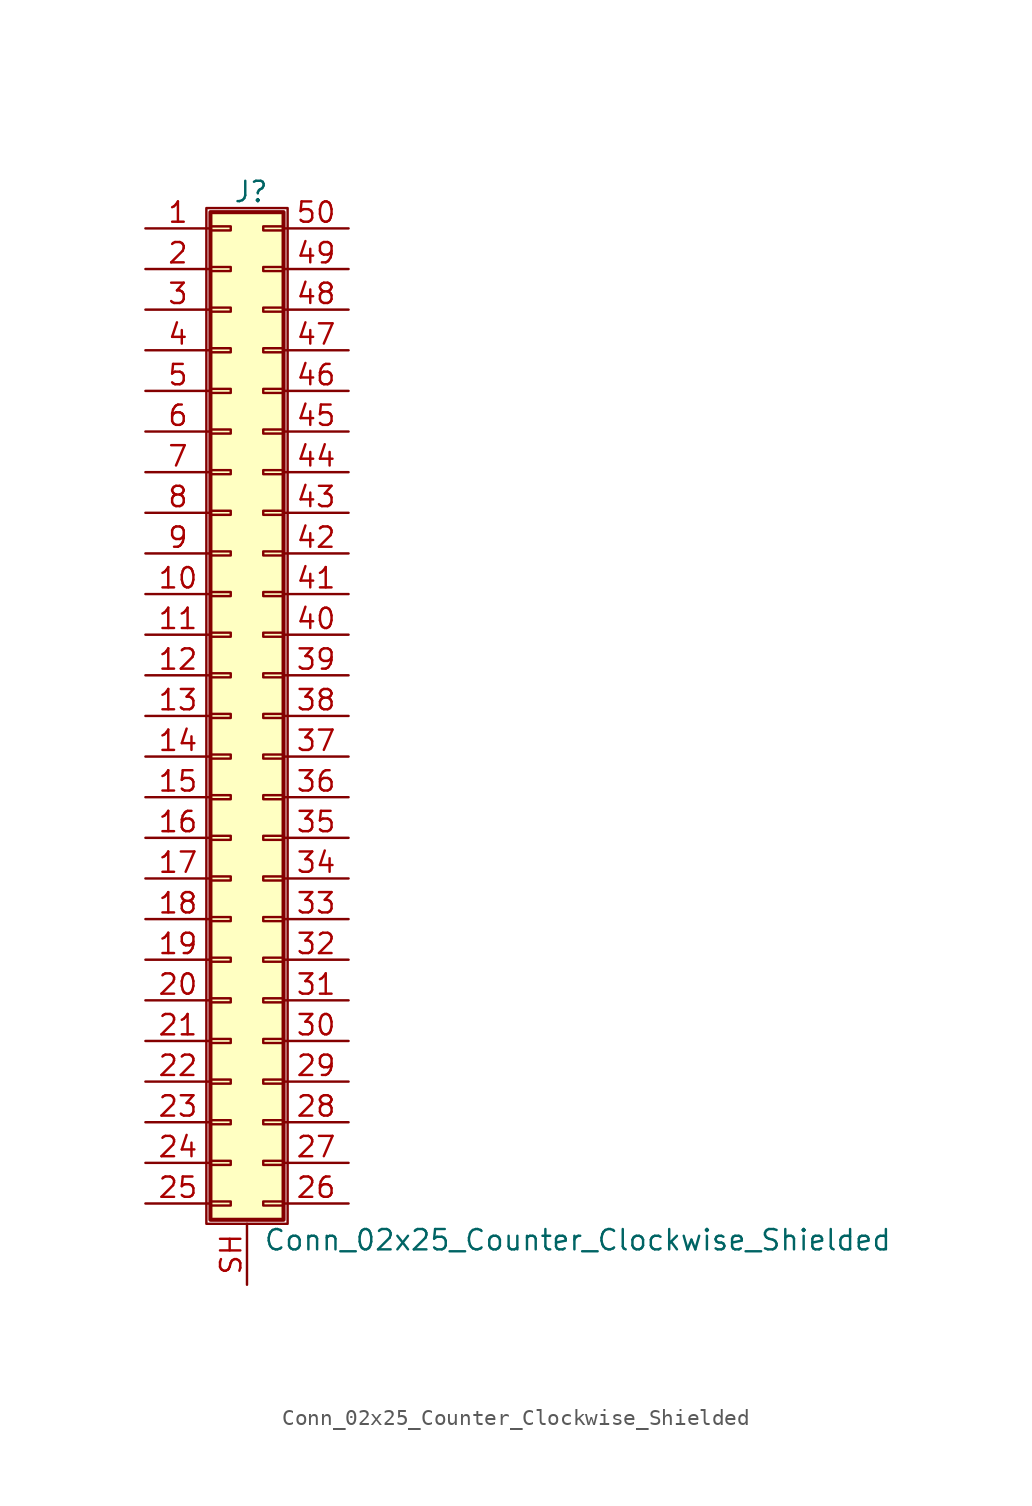
<source format=kicad_sym>
(kicad_symbol_lib
  (version 20201005)
  (generator kicad_symbol_editor)
  (symbol "Conn_02x25_Counter_Clockwise_Shielded"
    (pin_names
      (offset 1.016) hide)
    (property "Reference" "J"
      (at 1.524 32.766 0)
      (effects (font (size 1.27 1.27))))
    (property "Value" "Conn_02x25_Counter_Clockwise_Shielded"
      (at 2.286 -32.766 0)
      (effects (font (size 1.27 1.27)) (justify left)))
    (symbol "Conn_02x25_Counter_Clockwise_Shielded_1_1"
      (rectangle (start -1.27 31.75) (end 3.81 -31.75) (stroke (width 0.152)) (fill (type none)))
      (rectangle (start -1.016 -30.353) (end 0.254 -30.607) (stroke (width 0.152)) (fill (type none)))
      (rectangle (start -1.016 -27.813) (end 0.254 -28.067) (stroke (width 0.152)) (fill (type none)))
      (rectangle (start -1.016 -25.273) (end 0.254 -25.527) (stroke (width 0.152)) (fill (type none)))
      (rectangle (start -1.016 -22.733) (end 0.254 -22.987) (stroke (width 0.152)) (fill (type none)))
      (rectangle (start -1.016 -20.193) (end 0.254 -20.447) (stroke (width 0.152)) (fill (type none)))
      (rectangle (start -1.016 -17.653) (end 0.254 -17.907) (stroke (width 0.152)) (fill (type none)))
      (rectangle (start -1.016 -15.113) (end 0.254 -15.367) (stroke (width 0.152)) (fill (type none)))
      (rectangle (start -1.016 -12.573) (end 0.254 -12.827) (stroke (width 0.152)) (fill (type none)))
      (rectangle (start -1.016 -10.033) (end 0.254 -10.287) (stroke (width 0.152)) (fill (type none)))
      (rectangle (start -1.016 -7.493) (end 0.254 -7.747) (stroke (width 0.152)) (fill (type none)))
      (rectangle (start -1.016 -4.953) (end 0.254 -5.207) (stroke (width 0.152)) (fill (type none)))
      (rectangle (start -1.016 -2.413) (end 0.254 -2.667) (stroke (width 0.152)) (fill (type none)))
      (rectangle (start -1.016 0.127) (end 0.254 -0.127) (stroke (width 0.152)) (fill (type none)))
      (rectangle (start -1.016 2.667) (end 0.254 2.413) (stroke (width 0.152)) (fill (type none)))
      (rectangle (start -1.016 5.207) (end 0.254 4.953) (stroke (width 0.152)) (fill (type none)))
      (rectangle (start -1.016 7.747) (end 0.254 7.493) (stroke (width 0.152)) (fill (type none)))
      (rectangle (start -1.016 10.287) (end 0.254 10.033) (stroke (width 0.152)) (fill (type none)))
      (rectangle (start -1.016 12.827) (end 0.254 12.573) (stroke (width 0.152)) (fill (type none)))
      (rectangle (start -1.016 15.367) (end 0.254 15.113) (stroke (width 0.152)) (fill (type none)))
      (rectangle (start -1.016 17.907) (end 0.254 17.653) (stroke (width 0.152)) (fill (type none)))
      (rectangle (start -1.016 20.447) (end 0.254 20.193) (stroke (width 0.152)) (fill (type none)))
      (rectangle (start -1.016 22.987) (end 0.254 22.733) (stroke (width 0.152)) (fill (type none)))
      (rectangle (start -1.016 25.527) (end 0.254 25.273) (stroke (width 0.152)) (fill (type none)))
      (rectangle (start -1.016 28.067) (end 0.254 27.813) (stroke (width 0.152)) (fill (type none)))
      (rectangle (start -1.016 30.607) (end 0.254 30.353) (stroke (width 0.152)) (fill (type none)))
      (rectangle (start 3.556 -30.353) (end 2.286 -30.607) (stroke (width 0.152)) (fill (type none)))
      (rectangle (start 3.556 -27.813) (end 2.286 -28.067) (stroke (width 0.152)) (fill (type none)))
      (rectangle (start 3.556 -25.273) (end 2.286 -25.527) (stroke (width 0.152)) (fill (type none)))
      (rectangle (start 3.556 -22.733) (end 2.286 -22.987) (stroke (width 0.152)) (fill (type none)))
      (rectangle (start 3.556 -20.193) (end 2.286 -20.447) (stroke (width 0.152)) (fill (type none)))
      (rectangle (start 3.556 -17.653) (end 2.286 -17.907) (stroke (width 0.152)) (fill (type none)))
      (rectangle (start 3.556 -15.113) (end 2.286 -15.367) (stroke (width 0.152)) (fill (type none)))
      (rectangle (start 3.556 -12.573) (end 2.286 -12.827) (stroke (width 0.152)) (fill (type none)))
      (rectangle (start 3.556 -10.033) (end 2.286 -10.287) (stroke (width 0.152)) (fill (type none)))
      (rectangle (start 3.556 -7.493) (end 2.286 -7.747) (stroke (width 0.152)) (fill (type none)))
      (rectangle (start 3.556 -4.953) (end 2.286 -5.207) (stroke (width 0.152)) (fill (type none)))
      (rectangle (start 3.556 -2.413) (end 2.286 -2.667) (stroke (width 0.152)) (fill (type none)))
      (rectangle (start 3.556 0.127) (end 2.286 -0.127) (stroke (width 0.152)) (fill (type none)))
      (rectangle (start 3.556 2.667) (end 2.286 2.413) (stroke (width 0.152)) (fill (type none)))
      (rectangle (start 3.556 5.207) (end 2.286 4.953) (stroke (width 0.152)) (fill (type none)))
      (rectangle (start 3.556 7.747) (end 2.286 7.493) (stroke (width 0.152)) (fill (type none)))
      (rectangle (start 3.556 10.287) (end 2.286 10.033) (stroke (width 0.152)) (fill (type none)))
      (rectangle (start 3.556 12.827) (end 2.286 12.573) (stroke (width 0.152)) (fill (type none)))
      (rectangle (start 3.556 15.367) (end 2.286 15.113) (stroke (width 0.152)) (fill (type none)))
      (rectangle (start 3.556 17.907) (end 2.286 17.653) (stroke (width 0.152)) (fill (type none)))
      (rectangle (start 3.556 20.447) (end 2.286 20.193) (stroke (width 0.152)) (fill (type none)))
      (rectangle (start 3.556 22.987) (end 2.286 22.733) (stroke (width 0.152)) (fill (type none)))
      (rectangle (start 3.556 25.527) (end 2.286 25.273) (stroke (width 0.152)) (fill (type none)))
      (rectangle (start 3.556 28.067) (end 2.286 27.813) (stroke (width 0.152)) (fill (type none)))
      (rectangle (start 3.556 30.607) (end 2.286 30.353) (stroke (width 0.152)) (fill (type none)))
      (rectangle (start -1.016 31.496) (end 3.556 -31.496) (stroke (width 0.254)) (fill (type background)))
      (pin passive line (at -5.08 30.48 0) (length 4.064) (name "Pin_1" (effects (font (size 1.27 1.27)))) (number "1" (effects (font (size 1.27 1.27)))))
      (pin passive line (at -5.08 7.62 0) (length 4.064) (name "Pin_10" (effects (font (size 1.27 1.27)))) (number "10" (effects (font (size 1.27 1.27)))))
      (pin passive line (at -5.08 5.08 0) (length 4.064) (name "Pin_11" (effects (font (size 1.27 1.27)))) (number "11" (effects (font (size 1.27 1.27)))))
      (pin passive line (at -5.08 2.54 0) (length 4.064) (name "Pin_12" (effects (font (size 1.27 1.27)))) (number "12" (effects (font (size 1.27 1.27)))))
      (pin passive line (at -5.08 0 0) (length 4.064) (name "Pin_13" (effects (font (size 1.27 1.27)))) (number "13" (effects (font (size 1.27 1.27)))))
      (pin passive line (at -5.08 -2.54 0) (length 4.064) (name "Pin_14" (effects (font (size 1.27 1.27)))) (number "14" (effects (font (size 1.27 1.27)))))
      (pin passive line (at -5.08 -5.08 0) (length 4.064) (name "Pin_15" (effects (font (size 1.27 1.27)))) (number "15" (effects (font (size 1.27 1.27)))))
      (pin passive line (at -5.08 -7.62 0) (length 4.064) (name "Pin_16" (effects (font (size 1.27 1.27)))) (number "16" (effects (font (size 1.27 1.27)))))
      (pin passive line (at -5.08 -10.16 0) (length 4.064) (name "Pin_17" (effects (font (size 1.27 1.27)))) (number "17" (effects (font (size 1.27 1.27)))))
      (pin passive line (at -5.08 -12.7 0) (length 4.064) (name "Pin_18" (effects (font (size 1.27 1.27)))) (number "18" (effects (font (size 1.27 1.27)))))
      (pin passive line (at -5.08 -15.24 0) (length 4.064) (name "Pin_19" (effects (font (size 1.27 1.27)))) (number "19" (effects (font (size 1.27 1.27)))))
      (pin passive line (at -5.08 27.94 0) (length 4.064) (name "Pin_2" (effects (font (size 1.27 1.27)))) (number "2" (effects (font (size 1.27 1.27)))))
      (pin passive line (at -5.08 -17.78 0) (length 4.064) (name "Pin_20" (effects (font (size 1.27 1.27)))) (number "20" (effects (font (size 1.27 1.27)))))
      (pin passive line (at -5.08 -20.32 0) (length 4.064) (name "Pin_21" (effects (font (size 1.27 1.27)))) (number "21" (effects (font (size 1.27 1.27)))))
      (pin passive line (at -5.08 -22.86 0) (length 4.064) (name "Pin_22" (effects (font (size 1.27 1.27)))) (number "22" (effects (font (size 1.27 1.27)))))
      (pin passive line (at -5.08 -25.4 0) (length 4.064) (name "Pin_23" (effects (font (size 1.27 1.27)))) (number "23" (effects (font (size 1.27 1.27)))))
      (pin passive line (at -5.08 -27.94 0) (length 4.064) (name "Pin_24" (effects (font (size 1.27 1.27)))) (number "24" (effects (font (size 1.27 1.27)))))
      (pin passive line (at -5.08 -30.48 0) (length 4.064) (name "Pin_25" (effects (font (size 1.27 1.27)))) (number "25" (effects (font (size 1.27 1.27)))))
      (pin passive line (at 7.62 -30.48 180) (length 4.064) (name "Pin_26" (effects (font (size 1.27 1.27)))) (number "26" (effects (font (size 1.27 1.27)))))
      (pin passive line (at 7.62 -27.94 180) (length 4.064) (name "Pin_27" (effects (font (size 1.27 1.27)))) (number "27" (effects (font (size 1.27 1.27)))))
      (pin passive line (at 7.62 -25.4 180) (length 4.064) (name "Pin_28" (effects (font (size 1.27 1.27)))) (number "28" (effects (font (size 1.27 1.27)))))
      (pin passive line (at 7.62 -22.86 180) (length 4.064) (name "Pin_29" (effects (font (size 1.27 1.27)))) (number "29" (effects (font (size 1.27 1.27)))))
      (pin passive line (at -5.08 25.4 0) (length 4.064) (name "Pin_3" (effects (font (size 1.27 1.27)))) (number "3" (effects (font (size 1.27 1.27)))))
      (pin passive line (at 7.62 -20.32 180) (length 4.064) (name "Pin_30" (effects (font (size 1.27 1.27)))) (number "30" (effects (font (size 1.27 1.27)))))
      (pin passive line (at 7.62 -17.78 180) (length 4.064) (name "Pin_31" (effects (font (size 1.27 1.27)))) (number "31" (effects (font (size 1.27 1.27)))))
      (pin passive line (at 7.62 -15.24 180) (length 4.064) (name "Pin_32" (effects (font (size 1.27 1.27)))) (number "32" (effects (font (size 1.27 1.27)))))
      (pin passive line (at 7.62 -12.7 180) (length 4.064) (name "Pin_33" (effects (font (size 1.27 1.27)))) (number "33" (effects (font (size 1.27 1.27)))))
      (pin passive line (at 7.62 -10.16 180) (length 4.064) (name "Pin_34" (effects (font (size 1.27 1.27)))) (number "34" (effects (font (size 1.27 1.27)))))
      (pin passive line (at 7.62 -7.62 180) (length 4.064) (name "Pin_35" (effects (font (size 1.27 1.27)))) (number "35" (effects (font (size 1.27 1.27)))))
      (pin passive line (at 7.62 -5.08 180) (length 4.064) (name "Pin_36" (effects (font (size 1.27 1.27)))) (number "36" (effects (font (size 1.27 1.27)))))
      (pin passive line (at 7.62 -2.54 180) (length 4.064) (name "Pin_37" (effects (font (size 1.27 1.27)))) (number "37" (effects (font (size 1.27 1.27)))))
      (pin passive line (at 7.62 0 180) (length 4.064) (name "Pin_38" (effects (font (size 1.27 1.27)))) (number "38" (effects (font (size 1.27 1.27)))))
      (pin passive line (at 7.62 2.54 180) (length 4.064) (name "Pin_39" (effects (font (size 1.27 1.27)))) (number "39" (effects (font (size 1.27 1.27)))))
      (pin passive line (at -5.08 22.86 0) (length 4.064) (name "Pin_4" (effects (font (size 1.27 1.27)))) (number "4" (effects (font (size 1.27 1.27)))))
      (pin passive line (at 7.62 5.08 180) (length 4.064) (name "Pin_40" (effects (font (size 1.27 1.27)))) (number "40" (effects (font (size 1.27 1.27)))))
      (pin passive line (at 7.62 7.62 180) (length 4.064) (name "Pin_41" (effects (font (size 1.27 1.27)))) (number "41" (effects (font (size 1.27 1.27)))))
      (pin passive line (at 7.62 10.16 180) (length 4.064) (name "Pin_42" (effects (font (size 1.27 1.27)))) (number "42" (effects (font (size 1.27 1.27)))))
      (pin passive line (at 7.62 12.7 180) (length 4.064) (name "Pin_43" (effects (font (size 1.27 1.27)))) (number "43" (effects (font (size 1.27 1.27)))))
      (pin passive line (at 7.62 15.24 180) (length 4.064) (name "Pin_44" (effects (font (size 1.27 1.27)))) (number "44" (effects (font (size 1.27 1.27)))))
      (pin passive line (at 7.62 17.78 180) (length 4.064) (name "Pin_45" (effects (font (size 1.27 1.27)))) (number "45" (effects (font (size 1.27 1.27)))))
      (pin passive line (at 7.62 20.32 180) (length 4.064) (name "Pin_46" (effects (font (size 1.27 1.27)))) (number "46" (effects (font (size 1.27 1.27)))))
      (pin passive line (at 7.62 22.86 180) (length 4.064) (name "Pin_47" (effects (font (size 1.27 1.27)))) (number "47" (effects (font (size 1.27 1.27)))))
      (pin passive line (at 7.62 25.4 180) (length 4.064) (name "Pin_48" (effects (font (size 1.27 1.27)))) (number "48" (effects (font (size 1.27 1.27)))))
      (pin passive line (at 7.62 27.94 180) (length 4.064) (name "Pin_49" (effects (font (size 1.27 1.27)))) (number "49" (effects (font (size 1.27 1.27)))))
      (pin passive line (at -5.08 20.32 0) (length 4.064) (name "Pin_5" (effects (font (size 1.27 1.27)))) (number "5" (effects (font (size 1.27 1.27)))))
      (pin passive line (at 7.62 30.48 180) (length 4.064) (name "Pin_50" (effects (font (size 1.27 1.27)))) (number "50" (effects (font (size 1.27 1.27)))))
      (pin passive line (at -5.08 17.78 0) (length 4.064) (name "Pin_6" (effects (font (size 1.27 1.27)))) (number "6" (effects (font (size 1.27 1.27)))))
      (pin passive line (at -5.08 15.24 0) (length 4.064) (name "Pin_7" (effects (font (size 1.27 1.27)))) (number "7" (effects (font (size 1.27 1.27)))))
      (pin passive line (at -5.08 12.7 0) (length 4.064) (name "Pin_8" (effects (font (size 1.27 1.27)))) (number "8" (effects (font (size 1.27 1.27)))))
      (pin passive line (at -5.08 10.16 0) (length 4.064) (name "Pin_9" (effects (font (size 1.27 1.27)))) (number "9" (effects (font (size 1.27 1.27)))))
      (pin passive line (at 1.27 -35.56 90) (length 3.81) (name "Shield" (effects (font (size 1.27 1.27)))) (number "SH" (effects (font (size 1.27 1.27))))))))
</source>
